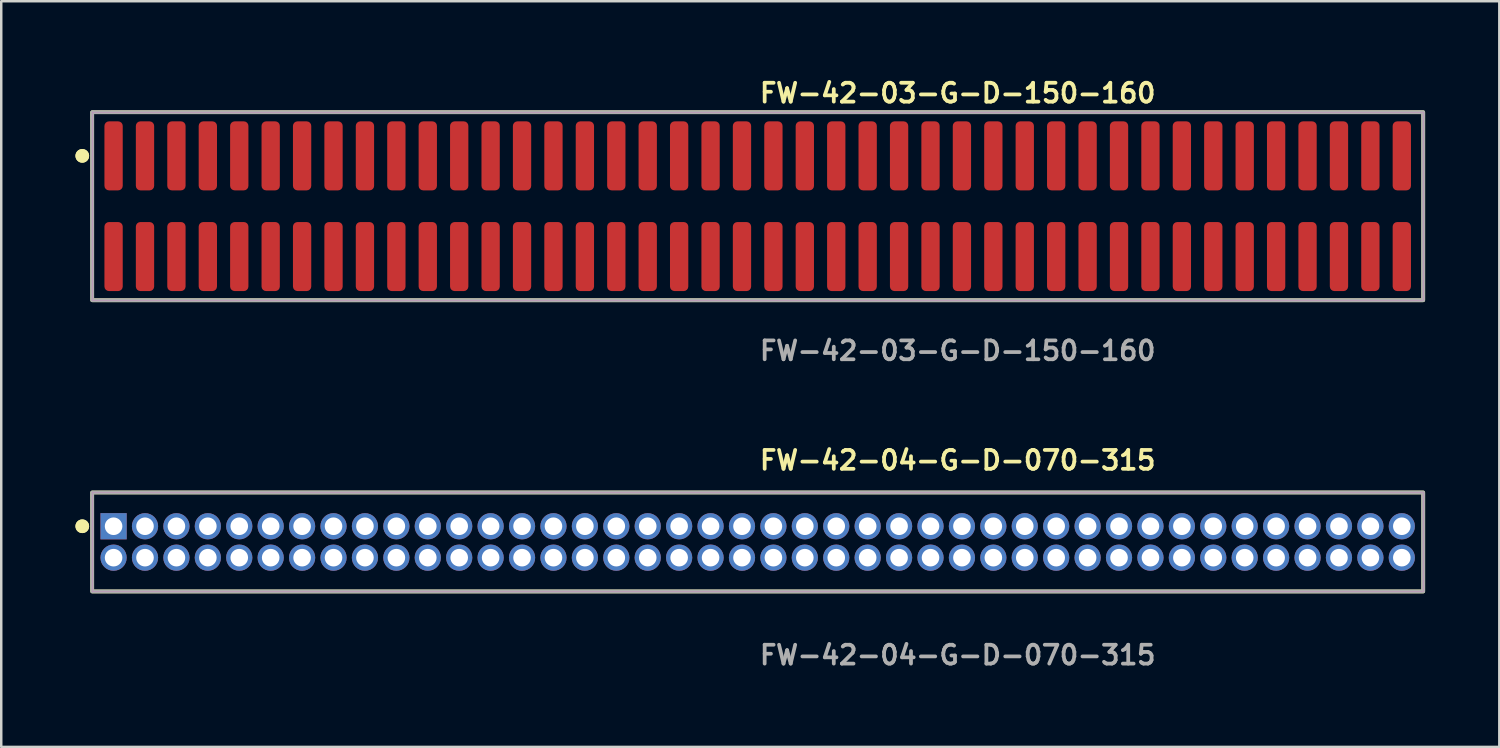
<source format=kicad_pcb>
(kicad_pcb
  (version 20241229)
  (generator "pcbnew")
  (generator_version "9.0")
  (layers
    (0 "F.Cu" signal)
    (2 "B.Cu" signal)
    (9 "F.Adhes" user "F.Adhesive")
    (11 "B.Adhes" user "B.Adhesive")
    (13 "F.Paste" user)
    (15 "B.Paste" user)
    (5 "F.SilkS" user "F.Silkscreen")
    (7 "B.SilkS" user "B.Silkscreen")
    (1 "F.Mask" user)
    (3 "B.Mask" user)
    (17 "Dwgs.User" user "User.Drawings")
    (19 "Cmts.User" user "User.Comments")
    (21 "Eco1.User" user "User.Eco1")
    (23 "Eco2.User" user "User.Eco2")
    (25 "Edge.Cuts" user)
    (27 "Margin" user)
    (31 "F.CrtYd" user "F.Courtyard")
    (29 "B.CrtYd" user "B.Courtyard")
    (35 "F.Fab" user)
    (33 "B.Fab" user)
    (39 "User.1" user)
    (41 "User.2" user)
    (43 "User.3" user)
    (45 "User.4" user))
  (footprint "FW-42-03-G-D-150-160"
    (layer "F.Cu")
    (at 27.576 5.285)
    (property "Reference" "FW-42-03-G-D-150-160" (at 0 -4.572 0) (unlocked yes) (layer "F.SilkS") (effects (font (size 0.762 0.762) (thickness 0.152)) (justify left)))
    (fp_rect (start -26.9 3.8) (end 26.9 -3.8) (stroke (width 0.152) (type solid)) (fill no) (layer "F.SilkS"))
    (fp_circle (center -27.3 -2.035) (end -27.5 -2.035) (stroke (width 0.152) (type solid)) (fill yes) (layer "F.SilkS"))
    (fp_circle (center -27.3 -2.035) (end -27.5 -2.035) (stroke (width 0.152) (type solid)) (fill yes) (layer "F.SilkS"))
    (fp_rect (start -26.9 3.8) (end 26.9 -3.8) (stroke (width 0.006) (type solid)) (fill no) (layer "F.CrtYd"))
    (fp_rect (start -26.9 3.8) (end 26.9 -3.8) (stroke (width 0.152) (type solid)) (fill no) (layer "F.Fab"))
    (fp_text user "${REFERENCE}" (at 0 5.842 0) (unlocked yes) (layer "F.Fab") (effects (font (size 0.762 0.762) (thickness 0.152)) (justify left)))
    (pad "1" smd roundrect (at -26.035 -2.035) (size 0.74 2.79) (layers "F.Cu" "F.Paste") (roundrect_rratio 0.25))
    (pad "2" smd roundrect (at -26.035 2.035) (size 0.74 2.79) (layers "F.Cu" "F.Paste") (roundrect_rratio 0.25))
    (pad "3" smd roundrect (at -24.765 -2.035) (size 0.74 2.79) (layers "F.Cu" "F.Paste") (roundrect_rratio 0.25))
    (pad "4" smd roundrect (at -24.765 2.035) (size 0.74 2.79) (layers "F.Cu" "F.Paste") (roundrect_rratio 0.25))
    (pad "5" smd roundrect (at -23.495 -2.035) (size 0.74 2.79) (layers "F.Cu" "F.Paste") (roundrect_rratio 0.25))
    (pad "6" smd roundrect (at -23.495 2.035) (size 0.74 2.79) (layers "F.Cu" "F.Paste") (roundrect_rratio 0.25))
    (pad "7" smd roundrect (at -22.225 -2.035) (size 0.74 2.79) (layers "F.Cu" "F.Paste") (roundrect_rratio 0.25))
    (pad "8" smd roundrect (at -22.225 2.035) (size 0.74 2.79) (layers "F.Cu" "F.Paste") (roundrect_rratio 0.25))
    (pad "9" smd roundrect (at -20.955 -2.035) (size 0.74 2.79) (layers "F.Cu" "F.Paste") (roundrect_rratio 0.25))
    (pad "10" smd roundrect (at -20.955 2.035) (size 0.74 2.79) (layers "F.Cu" "F.Paste") (roundrect_rratio 0.25))
    (pad "11" smd roundrect (at -19.685 -2.035) (size 0.74 2.79) (layers "F.Cu" "F.Paste") (roundrect_rratio 0.25))
    (pad "12" smd roundrect (at -19.685 2.035) (size 0.74 2.79) (layers "F.Cu" "F.Paste") (roundrect_rratio 0.25))
    (pad "13" smd roundrect (at -18.415 -2.035) (size 0.74 2.79) (layers "F.Cu" "F.Paste") (roundrect_rratio 0.25))
    (pad "14" smd roundrect (at -18.415 2.035) (size 0.74 2.79) (layers "F.Cu" "F.Paste") (roundrect_rratio 0.25))
    (pad "15" smd roundrect (at -17.145 -2.035) (size 0.74 2.79) (layers "F.Cu" "F.Paste") (roundrect_rratio 0.25))
    (pad "16" smd roundrect (at -17.145 2.035) (size 0.74 2.79) (layers "F.Cu" "F.Paste") (roundrect_rratio 0.25))
    (pad "17" smd roundrect (at -15.875 -2.035) (size 0.74 2.79) (layers "F.Cu" "F.Paste") (roundrect_rratio 0.25))
    (pad "18" smd roundrect (at -15.875 2.035) (size 0.74 2.79) (layers "F.Cu" "F.Paste") (roundrect_rratio 0.25))
    (pad "19" smd roundrect (at -14.605 -2.035) (size 0.74 2.79) (layers "F.Cu" "F.Paste") (roundrect_rratio 0.25))
    (pad "20" smd roundrect (at -14.605 2.035) (size 0.74 2.79) (layers "F.Cu" "F.Paste") (roundrect_rratio 0.25))
    (pad "21" smd roundrect (at -13.335 -2.035) (size 0.74 2.79) (layers "F.Cu" "F.Paste") (roundrect_rratio 0.25))
    (pad "22" smd roundrect (at -13.335 2.035) (size 0.74 2.79) (layers "F.Cu" "F.Paste") (roundrect_rratio 0.25))
    (pad "23" smd roundrect (at -12.065 -2.035) (size 0.74 2.79) (layers "F.Cu" "F.Paste") (roundrect_rratio 0.25))
    (pad "24" smd roundrect (at -12.065 2.035) (size 0.74 2.79) (layers "F.Cu" "F.Paste") (roundrect_rratio 0.25))
    (pad "25" smd roundrect (at -10.795 -2.035) (size 0.74 2.79) (layers "F.Cu" "F.Paste") (roundrect_rratio 0.25))
    (pad "26" smd roundrect (at -10.795 2.035) (size 0.74 2.79) (layers "F.Cu" "F.Paste") (roundrect_rratio 0.25))
    (pad "27" smd roundrect (at -9.525 -2.035) (size 0.74 2.79) (layers "F.Cu" "F.Paste") (roundrect_rratio 0.25))
    (pad "28" smd roundrect (at -9.525 2.035) (size 0.74 2.79) (layers "F.Cu" "F.Paste") (roundrect_rratio 0.25))
    (pad "29" smd roundrect (at -8.255 -2.035) (size 0.74 2.79) (layers "F.Cu" "F.Paste") (roundrect_rratio 0.25))
    (pad "30" smd roundrect (at -8.255 2.035) (size 0.74 2.79) (layers "F.Cu" "F.Paste") (roundrect_rratio 0.25))
    (pad "31" smd roundrect (at -6.985 -2.035) (size 0.74 2.79) (layers "F.Cu" "F.Paste") (roundrect_rratio 0.25))
    (pad "32" smd roundrect (at -6.985 2.035) (size 0.74 2.79) (layers "F.Cu" "F.Paste") (roundrect_rratio 0.25))
    (pad "33" smd roundrect (at -5.715 -2.035) (size 0.74 2.79) (layers "F.Cu" "F.Paste") (roundrect_rratio 0.25))
    (pad "34" smd roundrect (at -5.715 2.035) (size 0.74 2.79) (layers "F.Cu" "F.Paste") (roundrect_rratio 0.25))
    (pad "35" smd roundrect (at -4.445 -2.035) (size 0.74 2.79) (layers "F.Cu" "F.Paste") (roundrect_rratio 0.25))
    (pad "36" smd roundrect (at -4.445 2.035) (size 0.74 2.79) (layers "F.Cu" "F.Paste") (roundrect_rratio 0.25))
    (pad "37" smd roundrect (at -3.175 -2.035) (size 0.74 2.79) (layers "F.Cu" "F.Paste") (roundrect_rratio 0.25))
    (pad "38" smd roundrect (at -3.175 2.035) (size 0.74 2.79) (layers "F.Cu" "F.Paste") (roundrect_rratio 0.25))
    (pad "39" smd roundrect (at -1.905 -2.035) (size 0.74 2.79) (layers "F.Cu" "F.Paste") (roundrect_rratio 0.25))
    (pad "40" smd roundrect (at -1.905 2.035) (size 0.74 2.79) (layers "F.Cu" "F.Paste") (roundrect_rratio 0.25))
    (pad "41" smd roundrect (at -0.635 -2.035) (size 0.74 2.79) (layers "F.Cu" "F.Paste") (roundrect_rratio 0.25))
    (pad "42" smd roundrect (at -0.635 2.035) (size 0.74 2.79) (layers "F.Cu" "F.Paste") (roundrect_rratio 0.25))
    (pad "43" smd roundrect (at 0.635 -2.035) (size 0.74 2.79) (layers "F.Cu" "F.Paste") (roundrect_rratio 0.25))
    (pad "44" smd roundrect (at 0.635 2.035) (size 0.74 2.79) (layers "F.Cu" "F.Paste") (roundrect_rratio 0.25))
    (pad "45" smd roundrect (at 1.905 -2.035) (size 0.74 2.79) (layers "F.Cu" "F.Paste") (roundrect_rratio 0.25))
    (pad "46" smd roundrect (at 1.905 2.035) (size 0.74 2.79) (layers "F.Cu" "F.Paste") (roundrect_rratio 0.25))
    (pad "47" smd roundrect (at 3.175 -2.035) (size 0.74 2.79) (layers "F.Cu" "F.Paste") (roundrect_rratio 0.25))
    (pad "48" smd roundrect (at 3.175 2.035) (size 0.74 2.79) (layers "F.Cu" "F.Paste") (roundrect_rratio 0.25))
    (pad "49" smd roundrect (at 4.445 -2.035) (size 0.74 2.79) (layers "F.Cu" "F.Paste") (roundrect_rratio 0.25))
    (pad "50" smd roundrect (at 4.445 2.035) (size 0.74 2.79) (layers "F.Cu" "F.Paste") (roundrect_rratio 0.25))
    (pad "51" smd roundrect (at 5.715 -2.035) (size 0.74 2.79) (layers "F.Cu" "F.Paste") (roundrect_rratio 0.25))
    (pad "52" smd roundrect (at 5.715 2.035) (size 0.74 2.79) (layers "F.Cu" "F.Paste") (roundrect_rratio 0.25))
    (pad "53" smd roundrect (at 6.985 -2.035) (size 0.74 2.79) (layers "F.Cu" "F.Paste") (roundrect_rratio 0.25))
    (pad "54" smd roundrect (at 6.985 2.035) (size 0.74 2.79) (layers "F.Cu" "F.Paste") (roundrect_rratio 0.25))
    (pad "55" smd roundrect (at 8.255 -2.035) (size 0.74 2.79) (layers "F.Cu" "F.Paste") (roundrect_rratio 0.25))
    (pad "56" smd roundrect (at 8.255 2.035) (size 0.74 2.79) (layers "F.Cu" "F.Paste") (roundrect_rratio 0.25))
    (pad "57" smd roundrect (at 9.525 -2.035) (size 0.74 2.79) (layers "F.Cu" "F.Paste") (roundrect_rratio 0.25))
    (pad "58" smd roundrect (at 9.525 2.035) (size 0.74 2.79) (layers "F.Cu" "F.Paste") (roundrect_rratio 0.25))
    (pad "59" smd roundrect (at 10.795 -2.035) (size 0.74 2.79) (layers "F.Cu" "F.Paste") (roundrect_rratio 0.25))
    (pad "60" smd roundrect (at 10.795 2.035) (size 0.74 2.79) (layers "F.Cu" "F.Paste") (roundrect_rratio 0.25))
    (pad "61" smd roundrect (at 12.065 -2.035) (size 0.74 2.79) (layers "F.Cu" "F.Paste") (roundrect_rratio 0.25))
    (pad "62" smd roundrect (at 12.065 2.035) (size 0.74 2.79) (layers "F.Cu" "F.Paste") (roundrect_rratio 0.25))
    (pad "63" smd roundrect (at 13.335 -2.035) (size 0.74 2.79) (layers "F.Cu" "F.Paste") (roundrect_rratio 0.25))
    (pad "64" smd roundrect (at 13.335 2.035) (size 0.74 2.79) (layers "F.Cu" "F.Paste") (roundrect_rratio 0.25))
    (pad "65" smd roundrect (at 14.605 -2.035) (size 0.74 2.79) (layers "F.Cu" "F.Paste") (roundrect_rratio 0.25))
    (pad "66" smd roundrect (at 14.605 2.035) (size 0.74 2.79) (layers "F.Cu" "F.Paste") (roundrect_rratio 0.25))
    (pad "67" smd roundrect (at 15.875 -2.035) (size 0.74 2.79) (layers "F.Cu" "F.Paste") (roundrect_rratio 0.25))
    (pad "68" smd roundrect (at 15.875 2.035) (size 0.74 2.79) (layers "F.Cu" "F.Paste") (roundrect_rratio 0.25))
    (pad "69" smd roundrect (at 17.145 -2.035) (size 0.74 2.79) (layers "F.Cu" "F.Paste") (roundrect_rratio 0.25))
    (pad "70" smd roundrect (at 17.145 2.035) (size 0.74 2.79) (layers "F.Cu" "F.Paste") (roundrect_rratio 0.25))
    (pad "71" smd roundrect (at 18.415 -2.035) (size 0.74 2.79) (layers "F.Cu" "F.Paste") (roundrect_rratio 0.25))
    (pad "72" smd roundrect (at 18.415 2.035) (size 0.74 2.79) (layers "F.Cu" "F.Paste") (roundrect_rratio 0.25))
    (pad "73" smd roundrect (at 19.685 -2.035) (size 0.74 2.79) (layers "F.Cu" "F.Paste") (roundrect_rratio 0.25))
    (pad "74" smd roundrect (at 19.685 2.035) (size 0.74 2.79) (layers "F.Cu" "F.Paste") (roundrect_rratio 0.25))
    (pad "75" smd roundrect (at 20.955 -2.035) (size 0.74 2.79) (layers "F.Cu" "F.Paste") (roundrect_rratio 0.25))
    (pad "76" smd roundrect (at 20.955 2.035) (size 0.74 2.79) (layers "F.Cu" "F.Paste") (roundrect_rratio 0.25))
    (pad "77" smd roundrect (at 22.225 -2.035) (size 0.74 2.79) (layers "F.Cu" "F.Paste") (roundrect_rratio 0.25))
    (pad "78" smd roundrect (at 22.225 2.035) (size 0.74 2.79) (layers "F.Cu" "F.Paste") (roundrect_rratio 0.25))
    (pad "79" smd roundrect (at 23.495 -2.035) (size 0.74 2.79) (layers "F.Cu" "F.Paste") (roundrect_rratio 0.25))
    (pad "80" smd roundrect (at 23.495 2.035) (size 0.74 2.79) (layers "F.Cu" "F.Paste") (roundrect_rratio 0.25))
    (pad "81" smd roundrect (at 24.765 -2.035) (size 0.74 2.79) (layers "F.Cu" "F.Paste") (roundrect_rratio 0.25))
    (pad "82" smd roundrect (at 24.765 2.035) (size 0.74 2.79) (layers "F.Cu" "F.Paste") (roundrect_rratio 0.25))
    (pad "83" smd roundrect (at 26.035 -2.035) (size 0.74 2.79) (layers "F.Cu" "F.Paste") (roundrect_rratio 0.25))
    (pad "84" smd roundrect (at 26.035 2.035) (size 0.74 2.79) (layers "F.Cu" "F.Paste") (roundrect_rratio 0.25)))
  (footprint "FW-42-04-G-D-070-315"
    (layer "F.Cu")
    (at 27.576 18.856)
    (property "Reference" "FW-42-04-G-D-070-315" (at 0 -3.302 0) (unlocked yes) (layer "F.SilkS") (effects (font (size 0.762 0.762) (thickness 0.152)) (justify left)))
    (fp_rect (start -26.9 2) (end 26.9 -2) (stroke (width 0.152) (type solid)) (fill no) (layer "F.SilkS"))
    (fp_circle (center -27.3 -0.635) (end -27.5 -0.635) (stroke (width 0.152) (type solid)) (fill yes) (layer "F.SilkS"))
    (fp_circle (center -27.3 -0.635) (end -27.5 -0.635) (stroke (width 0.152) (type solid)) (fill yes) (layer "F.SilkS"))
    (fp_rect (start -26.9 2) (end 26.9 -2) (stroke (width 0.006) (type solid)) (fill no) (layer "F.CrtYd"))
    (fp_rect (start -26.9 2) (end 26.9 -2) (stroke (width 0.152) (type solid)) (fill no) (layer "F.Fab"))
    (fp_text user "${REFERENCE}" (at 0 4.572 0) (unlocked yes) (layer "F.Fab") (effects (font (size 0.762 0.762) (thickness 0.152)) (justify left)))
    (pad "1" thru_hole rect (at -26.035 -0.635) (size 1.06 1.06) (drill 0.71) (layers "*.Cu" "*.Mask"))
    (pad "2" thru_hole circle (at -26.035 0.635) (size 1.06 1.06) (drill 0.71) (layers "*.Cu" "*.Mask"))
    (pad "3" thru_hole circle (at -24.765 -0.635) (size 1.06 1.06) (drill 0.71) (layers "*.Cu" "*.Mask"))
    (pad "4" thru_hole circle (at -24.765 0.635) (size 1.06 1.06) (drill 0.71) (layers "*.Cu" "*.Mask"))
    (pad "5" thru_hole circle (at -23.495 -0.635) (size 1.06 1.06) (drill 0.71) (layers "*.Cu" "*.Mask"))
    (pad "6" thru_hole circle (at -23.495 0.635) (size 1.06 1.06) (drill 0.71) (layers "*.Cu" "*.Mask"))
    (pad "7" thru_hole circle (at -22.225 -0.635) (size 1.06 1.06) (drill 0.71) (layers "*.Cu" "*.Mask"))
    (pad "8" thru_hole circle (at -22.225 0.635) (size 1.06 1.06) (drill 0.71) (layers "*.Cu" "*.Mask"))
    (pad "9" thru_hole circle (at -20.955 -0.635) (size 1.06 1.06) (drill 0.71) (layers "*.Cu" "*.Mask"))
    (pad "10" thru_hole circle (at -20.955 0.635) (size 1.06 1.06) (drill 0.71) (layers "*.Cu" "*.Mask"))
    (pad "11" thru_hole circle (at -19.685 -0.635) (size 1.06 1.06) (drill 0.71) (layers "*.Cu" "*.Mask"))
    (pad "12" thru_hole circle (at -19.685 0.635) (size 1.06 1.06) (drill 0.71) (layers "*.Cu" "*.Mask"))
    (pad "13" thru_hole circle (at -18.415 -0.635) (size 1.06 1.06) (drill 0.71) (layers "*.Cu" "*.Mask"))
    (pad "14" thru_hole circle (at -18.415 0.635) (size 1.06 1.06) (drill 0.71) (layers "*.Cu" "*.Mask"))
    (pad "15" thru_hole circle (at -17.145 -0.635) (size 1.06 1.06) (drill 0.71) (layers "*.Cu" "*.Mask"))
    (pad "16" thru_hole circle (at -17.145 0.635) (size 1.06 1.06) (drill 0.71) (layers "*.Cu" "*.Mask"))
    (pad "17" thru_hole circle (at -15.875 -0.635) (size 1.06 1.06) (drill 0.71) (layers "*.Cu" "*.Mask"))
    (pad "18" thru_hole circle (at -15.875 0.635) (size 1.06 1.06) (drill 0.71) (layers "*.Cu" "*.Mask"))
    (pad "19" thru_hole circle (at -14.605 -0.635) (size 1.06 1.06) (drill 0.71) (layers "*.Cu" "*.Mask"))
    (pad "20" thru_hole circle (at -14.605 0.635) (size 1.06 1.06) (drill 0.71) (layers "*.Cu" "*.Mask"))
    (pad "21" thru_hole circle (at -13.335 -0.635) (size 1.06 1.06) (drill 0.71) (layers "*.Cu" "*.Mask"))
    (pad "22" thru_hole circle (at -13.335 0.635) (size 1.06 1.06) (drill 0.71) (layers "*.Cu" "*.Mask"))
    (pad "23" thru_hole circle (at -12.065 -0.635) (size 1.06 1.06) (drill 0.71) (layers "*.Cu" "*.Mask"))
    (pad "24" thru_hole circle (at -12.065 0.635) (size 1.06 1.06) (drill 0.71) (layers "*.Cu" "*.Mask"))
    (pad "25" thru_hole circle (at -10.795 -0.635) (size 1.06 1.06) (drill 0.71) (layers "*.Cu" "*.Mask"))
    (pad "26" thru_hole circle (at -10.795 0.635) (size 1.06 1.06) (drill 0.71) (layers "*.Cu" "*.Mask"))
    (pad "27" thru_hole circle (at -9.525 -0.635) (size 1.06 1.06) (drill 0.71) (layers "*.Cu" "*.Mask"))
    (pad "28" thru_hole circle (at -9.525 0.635) (size 1.06 1.06) (drill 0.71) (layers "*.Cu" "*.Mask"))
    (pad "29" thru_hole circle (at -8.255 -0.635) (size 1.06 1.06) (drill 0.71) (layers "*.Cu" "*.Mask"))
    (pad "30" thru_hole circle (at -8.255 0.635) (size 1.06 1.06) (drill 0.71) (layers "*.Cu" "*.Mask"))
    (pad "31" thru_hole circle (at -6.985 -0.635) (size 1.06 1.06) (drill 0.71) (layers "*.Cu" "*.Mask"))
    (pad "32" thru_hole circle (at -6.985 0.635) (size 1.06 1.06) (drill 0.71) (layers "*.Cu" "*.Mask"))
    (pad "33" thru_hole circle (at -5.715 -0.635) (size 1.06 1.06) (drill 0.71) (layers "*.Cu" "*.Mask"))
    (pad "34" thru_hole circle (at -5.715 0.635) (size 1.06 1.06) (drill 0.71) (layers "*.Cu" "*.Mask"))
    (pad "35" thru_hole circle (at -4.445 -0.635) (size 1.06 1.06) (drill 0.71) (layers "*.Cu" "*.Mask"))
    (pad "36" thru_hole circle (at -4.445 0.635) (size 1.06 1.06) (drill 0.71) (layers "*.Cu" "*.Mask"))
    (pad "37" thru_hole circle (at -3.175 -0.635) (size 1.06 1.06) (drill 0.71) (layers "*.Cu" "*.Mask"))
    (pad "38" thru_hole circle (at -3.175 0.635) (size 1.06 1.06) (drill 0.71) (layers "*.Cu" "*.Mask"))
    (pad "39" thru_hole circle (at -1.905 -0.635) (size 1.06 1.06) (drill 0.71) (layers "*.Cu" "*.Mask"))
    (pad "40" thru_hole circle (at -1.905 0.635) (size 1.06 1.06) (drill 0.71) (layers "*.Cu" "*.Mask"))
    (pad "41" thru_hole circle (at -0.635 -0.635) (size 1.06 1.06) (drill 0.71) (layers "*.Cu" "*.Mask"))
    (pad "42" thru_hole circle (at -0.635 0.635) (size 1.06 1.06) (drill 0.71) (layers "*.Cu" "*.Mask"))
    (pad "43" thru_hole circle (at 0.635 -0.635) (size 1.06 1.06) (drill 0.71) (layers "*.Cu" "*.Mask"))
    (pad "44" thru_hole circle (at 0.635 0.635) (size 1.06 1.06) (drill 0.71) (layers "*.Cu" "*.Mask"))
    (pad "45" thru_hole circle (at 1.905 -0.635) (size 1.06 1.06) (drill 0.71) (layers "*.Cu" "*.Mask"))
    (pad "46" thru_hole circle (at 1.905 0.635) (size 1.06 1.06) (drill 0.71) (layers "*.Cu" "*.Mask"))
    (pad "47" thru_hole circle (at 3.175 -0.635) (size 1.06 1.06) (drill 0.71) (layers "*.Cu" "*.Mask"))
    (pad "48" thru_hole circle (at 3.175 0.635) (size 1.06 1.06) (drill 0.71) (layers "*.Cu" "*.Mask"))
    (pad "49" thru_hole circle (at 4.445 -0.635) (size 1.06 1.06) (drill 0.71) (layers "*.Cu" "*.Mask"))
    (pad "50" thru_hole circle (at 4.445 0.635) (size 1.06 1.06) (drill 0.71) (layers "*.Cu" "*.Mask"))
    (pad "51" thru_hole circle (at 5.715 -0.635) (size 1.06 1.06) (drill 0.71) (layers "*.Cu" "*.Mask"))
    (pad "52" thru_hole circle (at 5.715 0.635) (size 1.06 1.06) (drill 0.71) (layers "*.Cu" "*.Mask"))
    (pad "53" thru_hole circle (at 6.985 -0.635) (size 1.06 1.06) (drill 0.71) (layers "*.Cu" "*.Mask"))
    (pad "54" thru_hole circle (at 6.985 0.635) (size 1.06 1.06) (drill 0.71) (layers "*.Cu" "*.Mask"))
    (pad "55" thru_hole circle (at 8.255 -0.635) (size 1.06 1.06) (drill 0.71) (layers "*.Cu" "*.Mask"))
    (pad "56" thru_hole circle (at 8.255 0.635) (size 1.06 1.06) (drill 0.71) (layers "*.Cu" "*.Mask"))
    (pad "57" thru_hole circle (at 9.525 -0.635) (size 1.06 1.06) (drill 0.71) (layers "*.Cu" "*.Mask"))
    (pad "58" thru_hole circle (at 9.525 0.635) (size 1.06 1.06) (drill 0.71) (layers "*.Cu" "*.Mask"))
    (pad "59" thru_hole circle (at 10.795 -0.635) (size 1.06 1.06) (drill 0.71) (layers "*.Cu" "*.Mask"))
    (pad "60" thru_hole circle (at 10.795 0.635) (size 1.06 1.06) (drill 0.71) (layers "*.Cu" "*.Mask"))
    (pad "61" thru_hole circle (at 12.065 -0.635) (size 1.06 1.06) (drill 0.71) (layers "*.Cu" "*.Mask"))
    (pad "62" thru_hole circle (at 12.065 0.635) (size 1.06 1.06) (drill 0.71) (layers "*.Cu" "*.Mask"))
    (pad "63" thru_hole circle (at 13.335 -0.635) (size 1.06 1.06) (drill 0.71) (layers "*.Cu" "*.Mask"))
    (pad "64" thru_hole circle (at 13.335 0.635) (size 1.06 1.06) (drill 0.71) (layers "*.Cu" "*.Mask"))
    (pad "65" thru_hole circle (at 14.605 -0.635) (size 1.06 1.06) (drill 0.71) (layers "*.Cu" "*.Mask"))
    (pad "66" thru_hole circle (at 14.605 0.635) (size 1.06 1.06) (drill 0.71) (layers "*.Cu" "*.Mask"))
    (pad "67" thru_hole circle (at 15.875 -0.635) (size 1.06 1.06) (drill 0.71) (layers "*.Cu" "*.Mask"))
    (pad "68" thru_hole circle (at 15.875 0.635) (size 1.06 1.06) (drill 0.71) (layers "*.Cu" "*.Mask"))
    (pad "69" thru_hole circle (at 17.145 -0.635) (size 1.06 1.06) (drill 0.71) (layers "*.Cu" "*.Mask"))
    (pad "70" thru_hole circle (at 17.145 0.635) (size 1.06 1.06) (drill 0.71) (layers "*.Cu" "*.Mask"))
    (pad "71" thru_hole circle (at 18.415 -0.635) (size 1.06 1.06) (drill 0.71) (layers "*.Cu" "*.Mask"))
    (pad "72" thru_hole circle (at 18.415 0.635) (size 1.06 1.06) (drill 0.71) (layers "*.Cu" "*.Mask"))
    (pad "73" thru_hole circle (at 19.685 -0.635) (size 1.06 1.06) (drill 0.71) (layers "*.Cu" "*.Mask"))
    (pad "74" thru_hole circle (at 19.685 0.635) (size 1.06 1.06) (drill 0.71) (layers "*.Cu" "*.Mask"))
    (pad "75" thru_hole circle (at 20.955 -0.635) (size 1.06 1.06) (drill 0.71) (layers "*.Cu" "*.Mask"))
    (pad "76" thru_hole circle (at 20.955 0.635) (size 1.06 1.06) (drill 0.71) (layers "*.Cu" "*.Mask"))
    (pad "77" thru_hole circle (at 22.225 -0.635) (size 1.06 1.06) (drill 0.71) (layers "*.Cu" "*.Mask"))
    (pad "78" thru_hole circle (at 22.225 0.635) (size 1.06 1.06) (drill 0.71) (layers "*.Cu" "*.Mask"))
    (pad "79" thru_hole circle (at 23.495 -0.635) (size 1.06 1.06) (drill 0.71) (layers "*.Cu" "*.Mask"))
    (pad "80" thru_hole circle (at 23.495 0.635) (size 1.06 1.06) (drill 0.71) (layers "*.Cu" "*.Mask"))
    (pad "81" thru_hole circle (at 24.765 -0.635) (size 1.06 1.06) (drill 0.71) (layers "*.Cu" "*.Mask"))
    (pad "82" thru_hole circle (at 24.765 0.635) (size 1.06 1.06) (drill 0.71) (layers "*.Cu" "*.Mask"))
    (pad "83" thru_hole circle (at 26.035 -0.635) (size 1.06 1.06) (drill 0.71) (layers "*.Cu" "*.Mask"))
    (pad "84" thru_hole circle (at 26.035 0.635) (size 1.06 1.06) (drill 0.71) (layers "*.Cu" "*.Mask")))
  (gr_rect
    (start -3 -3)
    (end 57.552 27.141)
    (stroke (width 0.1) (type default))
    (fill no)
    (layer "Edge.Cuts")))
</source>
